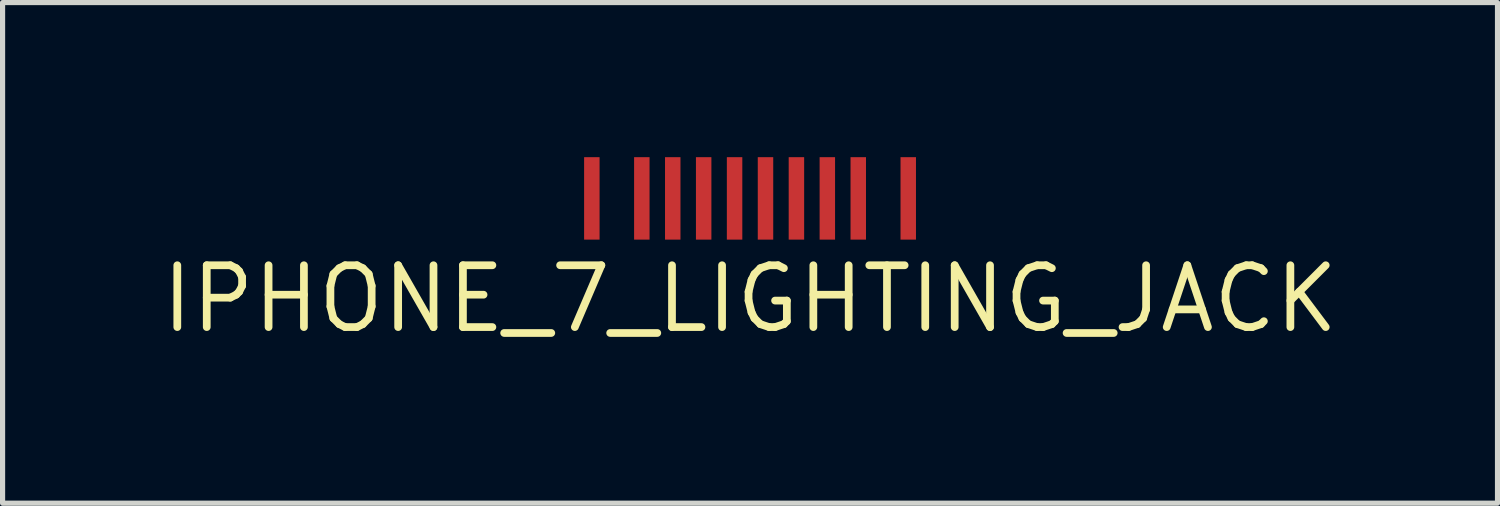
<source format=kicad_pcb>
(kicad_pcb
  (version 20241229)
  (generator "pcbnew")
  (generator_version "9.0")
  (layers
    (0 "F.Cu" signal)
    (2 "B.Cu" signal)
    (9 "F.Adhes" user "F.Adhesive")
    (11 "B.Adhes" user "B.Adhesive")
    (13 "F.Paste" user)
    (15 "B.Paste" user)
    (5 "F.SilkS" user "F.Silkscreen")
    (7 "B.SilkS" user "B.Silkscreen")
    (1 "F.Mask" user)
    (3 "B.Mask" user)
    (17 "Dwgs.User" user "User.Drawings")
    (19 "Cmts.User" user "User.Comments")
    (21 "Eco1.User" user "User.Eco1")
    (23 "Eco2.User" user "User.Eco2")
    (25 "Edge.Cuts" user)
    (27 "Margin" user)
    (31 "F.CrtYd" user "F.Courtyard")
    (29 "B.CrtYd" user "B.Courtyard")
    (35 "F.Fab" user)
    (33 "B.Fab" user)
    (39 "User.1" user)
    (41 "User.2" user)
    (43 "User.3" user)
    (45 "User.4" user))
  (footprint "IPHONE_7_LIGHTING_JACK"
    (layer "F.Cu")
    (at 11.505 0.8)
    (property "Reference" "IPHONE_7_LIGHTING_JACK" (at 0 1.95 0) (layer "F.SilkS") (effects (font (size 1.2 1.2) (thickness 0.15))))
    (attr through_hole)
    (pad "1" smd rect (at -3.07 0) (size 0.3 1.6) (layers "F.Cu" "F.Mask" "F.Paste"))
    (pad "2" smd rect (at -2.1 0) (size 0.3 1.6) (layers "F.Cu" "F.Mask" "F.Paste"))
    (pad "3" smd rect (at -1.5 0) (size 0.3 1.6) (layers "F.Cu" "F.Mask" "F.Paste"))
    (pad "4" smd rect (at -0.9 0) (size 0.3 1.6) (layers "F.Cu" "F.Mask" "F.Paste"))
    (pad "5" smd rect (at -0.3 0) (size 0.3 1.6) (layers "F.Cu" "F.Mask" "F.Paste"))
    (pad "6" smd rect (at 0.3 0) (size 0.3 1.6) (layers "F.Cu" "F.Mask" "F.Paste"))
    (pad "7" smd rect (at 0.9 0) (size 0.3 1.6) (layers "F.Cu" "F.Mask" "F.Paste"))
    (pad "8" smd rect (at 1.5 0) (size 0.3 1.6) (layers "F.Cu" "F.Mask" "F.Paste"))
    (pad "9" smd rect (at 2.1 0) (size 0.3 1.6) (layers "F.Cu" "F.Mask" "F.Paste"))
    (pad "10" smd rect (at 3.07 0) (size 0.3 1.6) (layers "F.Cu" "F.Mask" "F.Paste")))
  (gr_rect
    (start -3 -3)
    (end 26.01 6.715)
    (stroke (width 0.1) (type default))
    (fill no)
    (layer "Edge.Cuts")))
</source>
